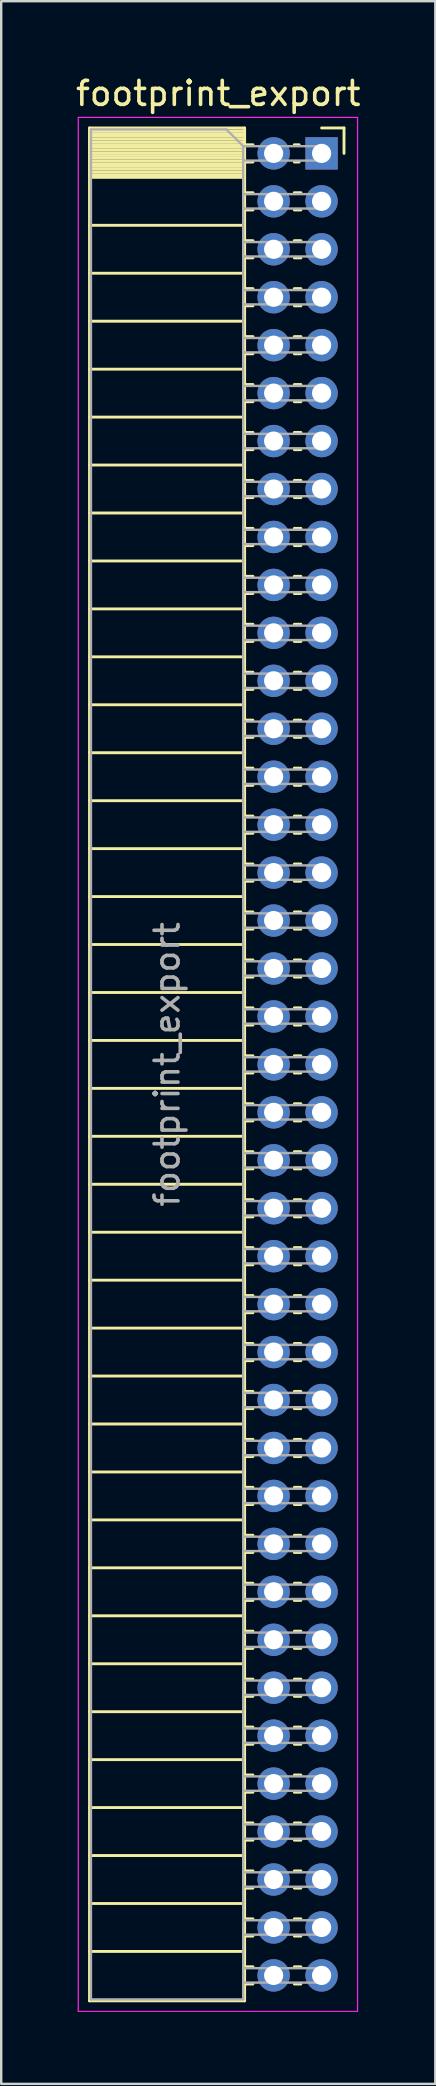
<source format=kicad_pcb>
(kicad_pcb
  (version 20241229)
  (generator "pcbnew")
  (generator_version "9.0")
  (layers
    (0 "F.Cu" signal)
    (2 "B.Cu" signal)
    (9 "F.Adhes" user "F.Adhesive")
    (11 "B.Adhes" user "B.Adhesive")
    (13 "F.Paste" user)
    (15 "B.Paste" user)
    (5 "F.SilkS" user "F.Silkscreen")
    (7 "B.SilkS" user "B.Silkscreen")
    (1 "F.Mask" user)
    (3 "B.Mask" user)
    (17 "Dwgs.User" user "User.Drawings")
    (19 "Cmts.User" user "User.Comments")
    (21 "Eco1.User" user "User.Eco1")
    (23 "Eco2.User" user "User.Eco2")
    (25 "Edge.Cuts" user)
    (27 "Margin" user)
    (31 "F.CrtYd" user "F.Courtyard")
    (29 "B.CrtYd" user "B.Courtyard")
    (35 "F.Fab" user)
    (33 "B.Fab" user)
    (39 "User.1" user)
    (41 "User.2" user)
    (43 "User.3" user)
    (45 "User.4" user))
  (footprint "footprint_export"
    (layer "F.Cu")
    (at 10.364 3.348)
    (property "Reference" "footprint_export" (at -4.31 -2.5 0) (layer "F.SilkS") (effects (font (size 1 1) (thickness 0.15))))
    (attr through_hole)
    (fp_line (start -9.68 -1.06) (end -9.68 77.06) (stroke (width 0.12) (type solid)) (layer "F.SilkS"))
    (fp_line (start -9.68 -1.06) (end -3.21 -1.06) (stroke (width 0.12) (type solid)) (layer "F.SilkS"))
    (fp_line (start -9.68 -0.94) (end -3.21 -0.94) (stroke (width 0.12) (type solid)) (layer "F.SilkS"))
    (fp_line (start -9.68 -0.826) (end -3.21 -0.826) (stroke (width 0.12) (type solid)) (layer "F.SilkS"))
    (fp_line (start -9.68 -0.712) (end -3.21 -0.712) (stroke (width 0.12) (type solid)) (layer "F.SilkS"))
    (fp_line (start -9.68 -0.598) (end -3.21 -0.598) (stroke (width 0.12) (type solid)) (layer "F.SilkS"))
    (fp_line (start -9.68 -0.484) (end -3.21 -0.484) (stroke (width 0.12) (type solid)) (layer "F.SilkS"))
    (fp_line (start -9.68 -0.369) (end -3.21 -0.369) (stroke (width 0.12) (type solid)) (layer "F.SilkS"))
    (fp_line (start -9.68 -0.255) (end -3.21 -0.255) (stroke (width 0.12) (type solid)) (layer "F.SilkS"))
    (fp_line (start -9.68 -0.141) (end -3.21 -0.141) (stroke (width 0.12) (type solid)) (layer "F.SilkS"))
    (fp_line (start -9.68 -0.027) (end -3.21 -0.027) (stroke (width 0.12) (type solid)) (layer "F.SilkS"))
    (fp_line (start -9.68 0.087) (end -3.21 0.087) (stroke (width 0.12) (type solid)) (layer "F.SilkS"))
    (fp_line (start -9.68 0.201) (end -3.21 0.201) (stroke (width 0.12) (type solid)) (layer "F.SilkS"))
    (fp_line (start -9.68 0.315) (end -3.21 0.315) (stroke (width 0.12) (type solid)) (layer "F.SilkS"))
    (fp_line (start -9.68 0.429) (end -3.21 0.429) (stroke (width 0.12) (type solid)) (layer "F.SilkS"))
    (fp_line (start -9.68 0.544) (end -3.21 0.544) (stroke (width 0.12) (type solid)) (layer "F.SilkS"))
    (fp_line (start -9.68 0.658) (end -3.21 0.658) (stroke (width 0.12) (type solid)) (layer "F.SilkS"))
    (fp_line (start -9.68 0.772) (end -3.21 0.772) (stroke (width 0.12) (type solid)) (layer "F.SilkS"))
    (fp_line (start -9.68 0.886) (end -3.21 0.886) (stroke (width 0.12) (type solid)) (layer "F.SilkS"))
    (fp_line (start -9.68 1) (end -3.21 1) (stroke (width 0.12) (type solid)) (layer "F.SilkS"))
    (fp_line (start -9.68 3) (end -3.21 3) (stroke (width 0.12) (type solid)) (layer "F.SilkS"))
    (fp_line (start -9.68 5) (end -3.21 5) (stroke (width 0.12) (type solid)) (layer "F.SilkS"))
    (fp_line (start -9.68 7) (end -3.21 7) (stroke (width 0.12) (type solid)) (layer "F.SilkS"))
    (fp_line (start -9.68 9) (end -3.21 9) (stroke (width 0.12) (type solid)) (layer "F.SilkS"))
    (fp_line (start -9.68 11) (end -3.21 11) (stroke (width 0.12) (type solid)) (layer "F.SilkS"))
    (fp_line (start -9.68 13) (end -3.21 13) (stroke (width 0.12) (type solid)) (layer "F.SilkS"))
    (fp_line (start -9.68 15) (end -3.21 15) (stroke (width 0.12) (type solid)) (layer "F.SilkS"))
    (fp_line (start -9.68 17) (end -3.21 17) (stroke (width 0.12) (type solid)) (layer "F.SilkS"))
    (fp_line (start -9.68 19) (end -3.21 19) (stroke (width 0.12) (type solid)) (layer "F.SilkS"))
    (fp_line (start -9.68 21) (end -3.21 21) (stroke (width 0.12) (type solid)) (layer "F.SilkS"))
    (fp_line (start -9.68 23) (end -3.21 23) (stroke (width 0.12) (type solid)) (layer "F.SilkS"))
    (fp_line (start -9.68 25) (end -3.21 25) (stroke (width 0.12) (type solid)) (layer "F.SilkS"))
    (fp_line (start -9.68 27) (end -3.21 27) (stroke (width 0.12) (type solid)) (layer "F.SilkS"))
    (fp_line (start -9.68 29) (end -3.21 29) (stroke (width 0.12) (type solid)) (layer "F.SilkS"))
    (fp_line (start -9.68 31) (end -3.21 31) (stroke (width 0.12) (type solid)) (layer "F.SilkS"))
    (fp_line (start -9.68 33) (end -3.21 33) (stroke (width 0.12) (type solid)) (layer "F.SilkS"))
    (fp_line (start -9.68 35) (end -3.21 35) (stroke (width 0.12) (type solid)) (layer "F.SilkS"))
    (fp_line (start -9.68 37) (end -3.21 37) (stroke (width 0.12) (type solid)) (layer "F.SilkS"))
    (fp_line (start -9.68 39) (end -3.21 39) (stroke (width 0.12) (type solid)) (layer "F.SilkS"))
    (fp_line (start -9.68 41) (end -3.21 41) (stroke (width 0.12) (type solid)) (layer "F.SilkS"))
    (fp_line (start -9.68 43) (end -3.21 43) (stroke (width 0.12) (type solid)) (layer "F.SilkS"))
    (fp_line (start -9.68 45) (end -3.21 45) (stroke (width 0.12) (type solid)) (layer "F.SilkS"))
    (fp_line (start -9.68 47) (end -3.21 47) (stroke (width 0.12) (type solid)) (layer "F.SilkS"))
    (fp_line (start -9.68 49) (end -3.21 49) (stroke (width 0.12) (type solid)) (layer "F.SilkS"))
    (fp_line (start -9.68 51) (end -3.21 51) (stroke (width 0.12) (type solid)) (layer "F.SilkS"))
    (fp_line (start -9.68 53) (end -3.21 53) (stroke (width 0.12) (type solid)) (layer "F.SilkS"))
    (fp_line (start -9.68 55) (end -3.21 55) (stroke (width 0.12) (type solid)) (layer "F.SilkS"))
    (fp_line (start -9.68 57) (end -3.21 57) (stroke (width 0.12) (type solid)) (layer "F.SilkS"))
    (fp_line (start -9.68 59) (end -3.21 59) (stroke (width 0.12) (type solid)) (layer "F.SilkS"))
    (fp_line (start -9.68 61) (end -3.21 61) (stroke (width 0.12) (type solid)) (layer "F.SilkS"))
    (fp_line (start -9.68 63) (end -3.21 63) (stroke (width 0.12) (type solid)) (layer "F.SilkS"))
    (fp_line (start -9.68 65) (end -3.21 65) (stroke (width 0.12) (type solid)) (layer "F.SilkS"))
    (fp_line (start -9.68 67) (end -3.21 67) (stroke (width 0.12) (type solid)) (layer "F.SilkS"))
    (fp_line (start -9.68 69) (end -3.21 69) (stroke (width 0.12) (type solid)) (layer "F.SilkS"))
    (fp_line (start -9.68 71) (end -3.21 71) (stroke (width 0.12) (type solid)) (layer "F.SilkS"))
    (fp_line (start -9.68 73) (end -3.21 73) (stroke (width 0.12) (type solid)) (layer "F.SilkS"))
    (fp_line (start -9.68 75) (end -3.21 75) (stroke (width 0.12) (type solid)) (layer "F.SilkS"))
    (fp_line (start -9.68 77.06) (end -3.21 77.06) (stroke (width 0.12) (type solid)) (layer "F.SilkS"))
    (fp_line (start -3.21 -1.06) (end -3.21 77.06) (stroke (width 0.12) (type solid)) (layer "F.SilkS"))
    (fp_line (start -3.21 -0.36) (end -2.863 -0.36) (stroke (width 0.12) (type solid)) (layer "F.SilkS"))
    (fp_line (start -3.21 0.36) (end -2.863 0.36) (stroke (width 0.12) (type solid)) (layer "F.SilkS"))
    (fp_line (start -3.21 1.64) (end -2.863 1.64) (stroke (width 0.12) (type solid)) (layer "F.SilkS"))
    (fp_line (start -3.21 2.36) (end -2.863 2.36) (stroke (width 0.12) (type solid)) (layer "F.SilkS"))
    (fp_line (start -3.21 3.64) (end -2.863 3.64) (stroke (width 0.12) (type solid)) (layer "F.SilkS"))
    (fp_line (start -3.21 4.36) (end -2.863 4.36) (stroke (width 0.12) (type solid)) (layer "F.SilkS"))
    (fp_line (start -3.21 5.64) (end -2.863 5.64) (stroke (width 0.12) (type solid)) (layer "F.SilkS"))
    (fp_line (start -3.21 6.36) (end -2.863 6.36) (stroke (width 0.12) (type solid)) (layer "F.SilkS"))
    (fp_line (start -3.21 7.64) (end -2.863 7.64) (stroke (width 0.12) (type solid)) (layer "F.SilkS"))
    (fp_line (start -3.21 8.36) (end -2.863 8.36) (stroke (width 0.12) (type solid)) (layer "F.SilkS"))
    (fp_line (start -3.21 9.64) (end -2.863 9.64) (stroke (width 0.12) (type solid)) (layer "F.SilkS"))
    (fp_line (start -3.21 10.36) (end -2.863 10.36) (stroke (width 0.12) (type solid)) (layer "F.SilkS"))
    (fp_line (start -3.21 11.64) (end -2.863 11.64) (stroke (width 0.12) (type solid)) (layer "F.SilkS"))
    (fp_line (start -3.21 12.36) (end -2.863 12.36) (stroke (width 0.12) (type solid)) (layer "F.SilkS"))
    (fp_line (start -3.21 13.64) (end -2.863 13.64) (stroke (width 0.12) (type solid)) (layer "F.SilkS"))
    (fp_line (start -3.21 14.36) (end -2.863 14.36) (stroke (width 0.12) (type solid)) (layer "F.SilkS"))
    (fp_line (start -3.21 15.64) (end -2.863 15.64) (stroke (width 0.12) (type solid)) (layer "F.SilkS"))
    (fp_line (start -3.21 16.36) (end -2.863 16.36) (stroke (width 0.12) (type solid)) (layer "F.SilkS"))
    (fp_line (start -3.21 17.64) (end -2.863 17.64) (stroke (width 0.12) (type solid)) (layer "F.SilkS"))
    (fp_line (start -3.21 18.36) (end -2.863 18.36) (stroke (width 0.12) (type solid)) (layer "F.SilkS"))
    (fp_line (start -3.21 19.64) (end -2.863 19.64) (stroke (width 0.12) (type solid)) (layer "F.SilkS"))
    (fp_line (start -3.21 20.36) (end -2.863 20.36) (stroke (width 0.12) (type solid)) (layer "F.SilkS"))
    (fp_line (start -3.21 21.64) (end -2.863 21.64) (stroke (width 0.12) (type solid)) (layer "F.SilkS"))
    (fp_line (start -3.21 22.36) (end -2.863 22.36) (stroke (width 0.12) (type solid)) (layer "F.SilkS"))
    (fp_line (start -3.21 23.64) (end -2.863 23.64) (stroke (width 0.12) (type solid)) (layer "F.SilkS"))
    (fp_line (start -3.21 24.36) (end -2.863 24.36) (stroke (width 0.12) (type solid)) (layer "F.SilkS"))
    (fp_line (start -3.21 25.64) (end -2.863 25.64) (stroke (width 0.12) (type solid)) (layer "F.SilkS"))
    (fp_line (start -3.21 26.36) (end -2.863 26.36) (stroke (width 0.12) (type solid)) (layer "F.SilkS"))
    (fp_line (start -3.21 27.64) (end -2.863 27.64) (stroke (width 0.12) (type solid)) (layer "F.SilkS"))
    (fp_line (start -3.21 28.36) (end -2.863 28.36) (stroke (width 0.12) (type solid)) (layer "F.SilkS"))
    (fp_line (start -3.21 29.64) (end -2.863 29.64) (stroke (width 0.12) (type solid)) (layer "F.SilkS"))
    (fp_line (start -3.21 30.36) (end -2.863 30.36) (stroke (width 0.12) (type solid)) (layer "F.SilkS"))
    (fp_line (start -3.21 31.64) (end -2.863 31.64) (stroke (width 0.12) (type solid)) (layer "F.SilkS"))
    (fp_line (start -3.21 32.36) (end -2.863 32.36) (stroke (width 0.12) (type solid)) (layer "F.SilkS"))
    (fp_line (start -3.21 33.64) (end -2.863 33.64) (stroke (width 0.12) (type solid)) (layer "F.SilkS"))
    (fp_line (start -3.21 34.36) (end -2.863 34.36) (stroke (width 0.12) (type solid)) (layer "F.SilkS"))
    (fp_line (start -3.21 35.64) (end -2.863 35.64) (stroke (width 0.12) (type solid)) (layer "F.SilkS"))
    (fp_line (start -3.21 36.36) (end -2.863 36.36) (stroke (width 0.12) (type solid)) (layer "F.SilkS"))
    (fp_line (start -3.21 37.64) (end -2.863 37.64) (stroke (width 0.12) (type solid)) (layer "F.SilkS"))
    (fp_line (start -3.21 38.36) (end -2.863 38.36) (stroke (width 0.12) (type solid)) (layer "F.SilkS"))
    (fp_line (start -3.21 39.64) (end -2.863 39.64) (stroke (width 0.12) (type solid)) (layer "F.SilkS"))
    (fp_line (start -3.21 40.36) (end -2.863 40.36) (stroke (width 0.12) (type solid)) (layer "F.SilkS"))
    (fp_line (start -3.21 41.64) (end -2.863 41.64) (stroke (width 0.12) (type solid)) (layer "F.SilkS"))
    (fp_line (start -3.21 42.36) (end -2.863 42.36) (stroke (width 0.12) (type solid)) (layer "F.SilkS"))
    (fp_line (start -3.21 43.64) (end -2.863 43.64) (stroke (width 0.12) (type solid)) (layer "F.SilkS"))
    (fp_line (start -3.21 44.36) (end -2.863 44.36) (stroke (width 0.12) (type solid)) (layer "F.SilkS"))
    (fp_line (start -3.21 45.64) (end -2.863 45.64) (stroke (width 0.12) (type solid)) (layer "F.SilkS"))
    (fp_line (start -3.21 46.36) (end -2.863 46.36) (stroke (width 0.12) (type solid)) (layer "F.SilkS"))
    (fp_line (start -3.21 47.64) (end -2.863 47.64) (stroke (width 0.12) (type solid)) (layer "F.SilkS"))
    (fp_line (start -3.21 48.36) (end -2.863 48.36) (stroke (width 0.12) (type solid)) (layer "F.SilkS"))
    (fp_line (start -3.21 49.64) (end -2.863 49.64) (stroke (width 0.12) (type solid)) (layer "F.SilkS"))
    (fp_line (start -3.21 50.36) (end -2.863 50.36) (stroke (width 0.12) (type solid)) (layer "F.SilkS"))
    (fp_line (start -3.21 51.64) (end -2.863 51.64) (stroke (width 0.12) (type solid)) (layer "F.SilkS"))
    (fp_line (start -3.21 52.36) (end -2.863 52.36) (stroke (width 0.12) (type solid)) (layer "F.SilkS"))
    (fp_line (start -3.21 53.64) (end -2.863 53.64) (stroke (width 0.12) (type solid)) (layer "F.SilkS"))
    (fp_line (start -3.21 54.36) (end -2.863 54.36) (stroke (width 0.12) (type solid)) (layer "F.SilkS"))
    (fp_line (start -3.21 55.64) (end -2.863 55.64) (stroke (width 0.12) (type solid)) (layer "F.SilkS"))
    (fp_line (start -3.21 56.36) (end -2.863 56.36) (stroke (width 0.12) (type solid)) (layer "F.SilkS"))
    (fp_line (start -3.21 57.64) (end -2.863 57.64) (stroke (width 0.12) (type solid)) (layer "F.SilkS"))
    (fp_line (start -3.21 58.36) (end -2.863 58.36) (stroke (width 0.12) (type solid)) (layer "F.SilkS"))
    (fp_line (start -3.21 59.64) (end -2.863 59.64) (stroke (width 0.12) (type solid)) (layer "F.SilkS"))
    (fp_line (start -3.21 60.36) (end -2.863 60.36) (stroke (width 0.12) (type solid)) (layer "F.SilkS"))
    (fp_line (start -3.21 61.64) (end -2.863 61.64) (stroke (width 0.12) (type solid)) (layer "F.SilkS"))
    (fp_line (start -3.21 62.36) (end -2.863 62.36) (stroke (width 0.12) (type solid)) (layer "F.SilkS"))
    (fp_line (start -3.21 63.64) (end -2.863 63.64) (stroke (width 0.12) (type solid)) (layer "F.SilkS"))
    (fp_line (start -3.21 64.36) (end -2.863 64.36) (stroke (width 0.12) (type solid)) (layer "F.SilkS"))
    (fp_line (start -3.21 65.64) (end -2.863 65.64) (stroke (width 0.12) (type solid)) (layer "F.SilkS"))
    (fp_line (start -3.21 66.36) (end -2.863 66.36) (stroke (width 0.12) (type solid)) (layer "F.SilkS"))
    (fp_line (start -3.21 67.64) (end -2.863 67.64) (stroke (width 0.12) (type solid)) (layer "F.SilkS"))
    (fp_line (start -3.21 68.36) (end -2.863 68.36) (stroke (width 0.12) (type solid)) (layer "F.SilkS"))
    (fp_line (start -3.21 69.64) (end -2.863 69.64) (stroke (width 0.12) (type solid)) (layer "F.SilkS"))
    (fp_line (start -3.21 70.36) (end -2.863 70.36) (stroke (width 0.12) (type solid)) (layer "F.SilkS"))
    (fp_line (start -3.21 71.64) (end -2.863 71.64) (stroke (width 0.12) (type solid)) (layer "F.SilkS"))
    (fp_line (start -3.21 72.36) (end -2.863 72.36) (stroke (width 0.12) (type solid)) (layer "F.SilkS"))
    (fp_line (start -3.21 73.64) (end -2.863 73.64) (stroke (width 0.12) (type solid)) (layer "F.SilkS"))
    (fp_line (start -3.21 74.36) (end -2.863 74.36) (stroke (width 0.12) (type solid)) (layer "F.SilkS"))
    (fp_line (start -3.21 75.64) (end -2.863 75.64) (stroke (width 0.12) (type solid)) (layer "F.SilkS"))
    (fp_line (start -3.21 76.36) (end -2.863 76.36) (stroke (width 0.12) (type solid)) (layer "F.SilkS"))
    (fp_line (start -1.137 -0.36) (end -0.935 -0.36) (stroke (width 0.12) (type solid)) (layer "F.SilkS"))
    (fp_line (start -1.137 0.36) (end -0.935 0.36) (stroke (width 0.12) (type solid)) (layer "F.SilkS"))
    (fp_line (start -1.137 1.64) (end -0.863 1.64) (stroke (width 0.12) (type solid)) (layer "F.SilkS"))
    (fp_line (start -1.137 2.36) (end -0.863 2.36) (stroke (width 0.12) (type solid)) (layer "F.SilkS"))
    (fp_line (start -1.137 3.64) (end -0.863 3.64) (stroke (width 0.12) (type solid)) (layer "F.SilkS"))
    (fp_line (start -1.137 4.36) (end -0.863 4.36) (stroke (width 0.12) (type solid)) (layer "F.SilkS"))
    (fp_line (start -1.137 5.64) (end -0.863 5.64) (stroke (width 0.12) (type solid)) (layer "F.SilkS"))
    (fp_line (start -1.137 6.36) (end -0.863 6.36) (stroke (width 0.12) (type solid)) (layer "F.SilkS"))
    (fp_line (start -1.137 7.64) (end -0.863 7.64) (stroke (width 0.12) (type solid)) (layer "F.SilkS"))
    (fp_line (start -1.137 8.36) (end -0.863 8.36) (stroke (width 0.12) (type solid)) (layer "F.SilkS"))
    (fp_line (start -1.137 9.64) (end -0.863 9.64) (stroke (width 0.12) (type solid)) (layer "F.SilkS"))
    (fp_line (start -1.137 10.36) (end -0.863 10.36) (stroke (width 0.12) (type solid)) (layer "F.SilkS"))
    (fp_line (start -1.137 11.64) (end -0.863 11.64) (stroke (width 0.12) (type solid)) (layer "F.SilkS"))
    (fp_line (start -1.137 12.36) (end -0.863 12.36) (stroke (width 0.12) (type solid)) (layer "F.SilkS"))
    (fp_line (start -1.137 13.64) (end -0.863 13.64) (stroke (width 0.12) (type solid)) (layer "F.SilkS"))
    (fp_line (start -1.137 14.36) (end -0.863 14.36) (stroke (width 0.12) (type solid)) (layer "F.SilkS"))
    (fp_line (start -1.137 15.64) (end -0.863 15.64) (stroke (width 0.12) (type solid)) (layer "F.SilkS"))
    (fp_line (start -1.137 16.36) (end -0.863 16.36) (stroke (width 0.12) (type solid)) (layer "F.SilkS"))
    (fp_line (start -1.137 17.64) (end -0.863 17.64) (stroke (width 0.12) (type solid)) (layer "F.SilkS"))
    (fp_line (start -1.137 18.36) (end -0.863 18.36) (stroke (width 0.12) (type solid)) (layer "F.SilkS"))
    (fp_line (start -1.137 19.64) (end -0.863 19.64) (stroke (width 0.12) (type solid)) (layer "F.SilkS"))
    (fp_line (start -1.137 20.36) (end -0.863 20.36) (stroke (width 0.12) (type solid)) (layer "F.SilkS"))
    (fp_line (start -1.137 21.64) (end -0.863 21.64) (stroke (width 0.12) (type solid)) (layer "F.SilkS"))
    (fp_line (start -1.137 22.36) (end -0.863 22.36) (stroke (width 0.12) (type solid)) (layer "F.SilkS"))
    (fp_line (start -1.137 23.64) (end -0.863 23.64) (stroke (width 0.12) (type solid)) (layer "F.SilkS"))
    (fp_line (start -1.137 24.36) (end -0.863 24.36) (stroke (width 0.12) (type solid)) (layer "F.SilkS"))
    (fp_line (start -1.137 25.64) (end -0.863 25.64) (stroke (width 0.12) (type solid)) (layer "F.SilkS"))
    (fp_line (start -1.137 26.36) (end -0.863 26.36) (stroke (width 0.12) (type solid)) (layer "F.SilkS"))
    (fp_line (start -1.137 27.64) (end -0.863 27.64) (stroke (width 0.12) (type solid)) (layer "F.SilkS"))
    (fp_line (start -1.137 28.36) (end -0.863 28.36) (stroke (width 0.12) (type solid)) (layer "F.SilkS"))
    (fp_line (start -1.137 29.64) (end -0.863 29.64) (stroke (width 0.12) (type solid)) (layer "F.SilkS"))
    (fp_line (start -1.137 30.36) (end -0.863 30.36) (stroke (width 0.12) (type solid)) (layer "F.SilkS"))
    (fp_line (start -1.137 31.64) (end -0.863 31.64) (stroke (width 0.12) (type solid)) (layer "F.SilkS"))
    (fp_line (start -1.137 32.36) (end -0.863 32.36) (stroke (width 0.12) (type solid)) (layer "F.SilkS"))
    (fp_line (start -1.137 33.64) (end -0.863 33.64) (stroke (width 0.12) (type solid)) (layer "F.SilkS"))
    (fp_line (start -1.137 34.36) (end -0.863 34.36) (stroke (width 0.12) (type solid)) (layer "F.SilkS"))
    (fp_line (start -1.137 35.64) (end -0.863 35.64) (stroke (width 0.12) (type solid)) (layer "F.SilkS"))
    (fp_line (start -1.137 36.36) (end -0.863 36.36) (stroke (width 0.12) (type solid)) (layer "F.SilkS"))
    (fp_line (start -1.137 37.64) (end -0.863 37.64) (stroke (width 0.12) (type solid)) (layer "F.SilkS"))
    (fp_line (start -1.137 38.36) (end -0.863 38.36) (stroke (width 0.12) (type solid)) (layer "F.SilkS"))
    (fp_line (start -1.137 39.64) (end -0.863 39.64) (stroke (width 0.12) (type solid)) (layer "F.SilkS"))
    (fp_line (start -1.137 40.36) (end -0.863 40.36) (stroke (width 0.12) (type solid)) (layer "F.SilkS"))
    (fp_line (start -1.137 41.64) (end -0.863 41.64) (stroke (width 0.12) (type solid)) (layer "F.SilkS"))
    (fp_line (start -1.137 42.36) (end -0.863 42.36) (stroke (width 0.12) (type solid)) (layer "F.SilkS"))
    (fp_line (start -1.137 43.64) (end -0.863 43.64) (stroke (width 0.12) (type solid)) (layer "F.SilkS"))
    (fp_line (start -1.137 44.36) (end -0.863 44.36) (stroke (width 0.12) (type solid)) (layer "F.SilkS"))
    (fp_line (start -1.137 45.64) (end -0.863 45.64) (stroke (width 0.12) (type solid)) (layer "F.SilkS"))
    (fp_line (start -1.137 46.36) (end -0.863 46.36) (stroke (width 0.12) (type solid)) (layer "F.SilkS"))
    (fp_line (start -1.137 47.64) (end -0.863 47.64) (stroke (width 0.12) (type solid)) (layer "F.SilkS"))
    (fp_line (start -1.137 48.36) (end -0.863 48.36) (stroke (width 0.12) (type solid)) (layer "F.SilkS"))
    (fp_line (start -1.137 49.64) (end -0.863 49.64) (stroke (width 0.12) (type solid)) (layer "F.SilkS"))
    (fp_line (start -1.137 50.36) (end -0.863 50.36) (stroke (width 0.12) (type solid)) (layer "F.SilkS"))
    (fp_line (start -1.137 51.64) (end -0.863 51.64) (stroke (width 0.12) (type solid)) (layer "F.SilkS"))
    (fp_line (start -1.137 52.36) (end -0.863 52.36) (stroke (width 0.12) (type solid)) (layer "F.SilkS"))
    (fp_line (start -1.137 53.64) (end -0.863 53.64) (stroke (width 0.12) (type solid)) (layer "F.SilkS"))
    (fp_line (start -1.137 54.36) (end -0.863 54.36) (stroke (width 0.12) (type solid)) (layer "F.SilkS"))
    (fp_line (start -1.137 55.64) (end -0.863 55.64) (stroke (width 0.12) (type solid)) (layer "F.SilkS"))
    (fp_line (start -1.137 56.36) (end -0.863 56.36) (stroke (width 0.12) (type solid)) (layer "F.SilkS"))
    (fp_line (start -1.137 57.64) (end -0.863 57.64) (stroke (width 0.12) (type solid)) (layer "F.SilkS"))
    (fp_line (start -1.137 58.36) (end -0.863 58.36) (stroke (width 0.12) (type solid)) (layer "F.SilkS"))
    (fp_line (start -1.137 59.64) (end -0.863 59.64) (stroke (width 0.12) (type solid)) (layer "F.SilkS"))
    (fp_line (start -1.137 60.36) (end -0.863 60.36) (stroke (width 0.12) (type solid)) (layer "F.SilkS"))
    (fp_line (start -1.137 61.64) (end -0.863 61.64) (stroke (width 0.12) (type solid)) (layer "F.SilkS"))
    (fp_line (start -1.137 62.36) (end -0.863 62.36) (stroke (width 0.12) (type solid)) (layer "F.SilkS"))
    (fp_line (start -1.137 63.64) (end -0.863 63.64) (stroke (width 0.12) (type solid)) (layer "F.SilkS"))
    (fp_line (start -1.137 64.36) (end -0.863 64.36) (stroke (width 0.12) (type solid)) (layer "F.SilkS"))
    (fp_line (start -1.137 65.64) (end -0.863 65.64) (stroke (width 0.12) (type solid)) (layer "F.SilkS"))
    (fp_line (start -1.137 66.36) (end -0.863 66.36) (stroke (width 0.12) (type solid)) (layer "F.SilkS"))
    (fp_line (start -1.137 67.64) (end -0.863 67.64) (stroke (width 0.12) (type solid)) (layer "F.SilkS"))
    (fp_line (start -1.137 68.36) (end -0.863 68.36) (stroke (width 0.12) (type solid)) (layer "F.SilkS"))
    (fp_line (start -1.137 69.64) (end -0.863 69.64) (stroke (width 0.12) (type solid)) (layer "F.SilkS"))
    (fp_line (start -1.137 70.36) (end -0.863 70.36) (stroke (width 0.12) (type solid)) (layer "F.SilkS"))
    (fp_line (start -1.137 71.64) (end -0.863 71.64) (stroke (width 0.12) (type solid)) (layer "F.SilkS"))
    (fp_line (start -1.137 72.36) (end -0.863 72.36) (stroke (width 0.12) (type solid)) (layer "F.SilkS"))
    (fp_line (start -1.137 73.64) (end -0.863 73.64) (stroke (width 0.12) (type solid)) (layer "F.SilkS"))
    (fp_line (start -1.137 74.36) (end -0.863 74.36) (stroke (width 0.12) (type solid)) (layer "F.SilkS"))
    (fp_line (start -1.137 75.64) (end -0.863 75.64) (stroke (width 0.12) (type solid)) (layer "F.SilkS"))
    (fp_line (start -1.137 76.36) (end -0.863 76.36) (stroke (width 0.12) (type solid)) (layer "F.SilkS"))
    (fp_line (start 0 -1.06) (end 0.935 -1.06) (stroke (width 0.12) (type solid)) (layer "F.SilkS"))
    (fp_line (start 0.935 -1.06) (end 0.935 0) (stroke (width 0.12) (type solid)) (layer "F.SilkS"))
    (fp_line (start -10.15 -1.5) (end -10.15 77.5) (stroke (width 0.05) (type solid)) (layer "F.CrtYd"))
    (fp_line (start -10.15 77.5) (end 1.5 77.5) (stroke (width 0.05) (type solid)) (layer "F.CrtYd"))
    (fp_line (start 1.5 -1.5) (end -10.15 -1.5) (stroke (width 0.05) (type solid)) (layer "F.CrtYd"))
    (fp_line (start 1.5 77.5) (end 1.5 -1.5) (stroke (width 0.05) (type solid)) (layer "F.CrtYd"))
    (fp_line (start -9.62 -1) (end -3.97 -1) (stroke (width 0.1) (type solid)) (layer "F.Fab"))
    (fp_line (start -9.62 77) (end -9.62 -1) (stroke (width 0.1) (type solid)) (layer "F.Fab"))
    (fp_line (start -3.97 -1) (end -3.27 -0.3) (stroke (width 0.1) (type solid)) (layer "F.Fab"))
    (fp_line (start -3.27 -0.3) (end -3.27 77) (stroke (width 0.1) (type solid)) (layer "F.Fab"))
    (fp_line (start -3.27 0.3) (end 0 0.3) (stroke (width 0.1) (type solid)) (layer "F.Fab"))
    (fp_line (start -3.27 2.3) (end 0 2.3) (stroke (width 0.1) (type solid)) (layer "F.Fab"))
    (fp_line (start -3.27 4.3) (end 0 4.3) (stroke (width 0.1) (type solid)) (layer "F.Fab"))
    (fp_line (start -3.27 6.3) (end 0 6.3) (stroke (width 0.1) (type solid)) (layer "F.Fab"))
    (fp_line (start -3.27 8.3) (end 0 8.3) (stroke (width 0.1) (type solid)) (layer "F.Fab"))
    (fp_line (start -3.27 10.3) (end 0 10.3) (stroke (width 0.1) (type solid)) (layer "F.Fab"))
    (fp_line (start -3.27 12.3) (end 0 12.3) (stroke (width 0.1) (type solid)) (layer "F.Fab"))
    (fp_line (start -3.27 14.3) (end 0 14.3) (stroke (width 0.1) (type solid)) (layer "F.Fab"))
    (fp_line (start -3.27 16.3) (end 0 16.3) (stroke (width 0.1) (type solid)) (layer "F.Fab"))
    (fp_line (start -3.27 18.3) (end 0 18.3) (stroke (width 0.1) (type solid)) (layer "F.Fab"))
    (fp_line (start -3.27 20.3) (end 0 20.3) (stroke (width 0.1) (type solid)) (layer "F.Fab"))
    (fp_line (start -3.27 22.3) (end 0 22.3) (stroke (width 0.1) (type solid)) (layer "F.Fab"))
    (fp_line (start -3.27 24.3) (end 0 24.3) (stroke (width 0.1) (type solid)) (layer "F.Fab"))
    (fp_line (start -3.27 26.3) (end 0 26.3) (stroke (width 0.1) (type solid)) (layer "F.Fab"))
    (fp_line (start -3.27 28.3) (end 0 28.3) (stroke (width 0.1) (type solid)) (layer "F.Fab"))
    (fp_line (start -3.27 30.3) (end 0 30.3) (stroke (width 0.1) (type solid)) (layer "F.Fab"))
    (fp_line (start -3.27 32.3) (end 0 32.3) (stroke (width 0.1) (type solid)) (layer "F.Fab"))
    (fp_line (start -3.27 34.3) (end 0 34.3) (stroke (width 0.1) (type solid)) (layer "F.Fab"))
    (fp_line (start -3.27 36.3) (end 0 36.3) (stroke (width 0.1) (type solid)) (layer "F.Fab"))
    (fp_line (start -3.27 38.3) (end 0 38.3) (stroke (width 0.1) (type solid)) (layer "F.Fab"))
    (fp_line (start -3.27 40.3) (end 0 40.3) (stroke (width 0.1) (type solid)) (layer "F.Fab"))
    (fp_line (start -3.27 42.3) (end 0 42.3) (stroke (width 0.1) (type solid)) (layer "F.Fab"))
    (fp_line (start -3.27 44.3) (end 0 44.3) (stroke (width 0.1) (type solid)) (layer "F.Fab"))
    (fp_line (start -3.27 46.3) (end 0 46.3) (stroke (width 0.1) (type solid)) (layer "F.Fab"))
    (fp_line (start -3.27 48.3) (end 0 48.3) (stroke (width 0.1) (type solid)) (layer "F.Fab"))
    (fp_line (start -3.27 50.3) (end 0 50.3) (stroke (width 0.1) (type solid)) (layer "F.Fab"))
    (fp_line (start -3.27 52.3) (end 0 52.3) (stroke (width 0.1) (type solid)) (layer "F.Fab"))
    (fp_line (start -3.27 54.3) (end 0 54.3) (stroke (width 0.1) (type solid)) (layer "F.Fab"))
    (fp_line (start -3.27 56.3) (end 0 56.3) (stroke (width 0.1) (type solid)) (layer "F.Fab"))
    (fp_line (start -3.27 58.3) (end 0 58.3) (stroke (width 0.1) (type solid)) (layer "F.Fab"))
    (fp_line (start -3.27 60.3) (end 0 60.3) (stroke (width 0.1) (type solid)) (layer "F.Fab"))
    (fp_line (start -3.27 62.3) (end 0 62.3) (stroke (width 0.1) (type solid)) (layer "F.Fab"))
    (fp_line (start -3.27 64.3) (end 0 64.3) (stroke (width 0.1) (type solid)) (layer "F.Fab"))
    (fp_line (start -3.27 66.3) (end 0 66.3) (stroke (width 0.1) (type solid)) (layer "F.Fab"))
    (fp_line (start -3.27 68.3) (end 0 68.3) (stroke (width 0.1) (type solid)) (layer "F.Fab"))
    (fp_line (start -3.27 70.3) (end 0 70.3) (stroke (width 0.1) (type solid)) (layer "F.Fab"))
    (fp_line (start -3.27 72.3) (end 0 72.3) (stroke (width 0.1) (type solid)) (layer "F.Fab"))
    (fp_line (start -3.27 74.3) (end 0 74.3) (stroke (width 0.1) (type solid)) (layer "F.Fab"))
    (fp_line (start -3.27 76.3) (end 0 76.3) (stroke (width 0.1) (type solid)) (layer "F.Fab"))
    (fp_line (start -3.27 77) (end -9.62 77) (stroke (width 0.1) (type solid)) (layer "F.Fab"))
    (fp_line (start 0 -0.3) (end -3.27 -0.3) (stroke (width 0.1) (type solid)) (layer "F.Fab"))
    (fp_line (start 0 0.3) (end 0 -0.3) (stroke (width 0.1) (type solid)) (layer "F.Fab"))
    (fp_line (start 0 1.7) (end -3.27 1.7) (stroke (width 0.1) (type solid)) (layer "F.Fab"))
    (fp_line (start 0 2.3) (end 0 1.7) (stroke (width 0.1) (type solid)) (layer "F.Fab"))
    (fp_line (start 0 3.7) (end -3.27 3.7) (stroke (width 0.1) (type solid)) (layer "F.Fab"))
    (fp_line (start 0 4.3) (end 0 3.7) (stroke (width 0.1) (type solid)) (layer "F.Fab"))
    (fp_line (start 0 5.7) (end -3.27 5.7) (stroke (width 0.1) (type solid)) (layer "F.Fab"))
    (fp_line (start 0 6.3) (end 0 5.7) (stroke (width 0.1) (type solid)) (layer "F.Fab"))
    (fp_line (start 0 7.7) (end -3.27 7.7) (stroke (width 0.1) (type solid)) (layer "F.Fab"))
    (fp_line (start 0 8.3) (end 0 7.7) (stroke (width 0.1) (type solid)) (layer "F.Fab"))
    (fp_line (start 0 9.7) (end -3.27 9.7) (stroke (width 0.1) (type solid)) (layer "F.Fab"))
    (fp_line (start 0 10.3) (end 0 9.7) (stroke (width 0.1) (type solid)) (layer "F.Fab"))
    (fp_line (start 0 11.7) (end -3.27 11.7) (stroke (width 0.1) (type solid)) (layer "F.Fab"))
    (fp_line (start 0 12.3) (end 0 11.7) (stroke (width 0.1) (type solid)) (layer "F.Fab"))
    (fp_line (start 0 13.7) (end -3.27 13.7) (stroke (width 0.1) (type solid)) (layer "F.Fab"))
    (fp_line (start 0 14.3) (end 0 13.7) (stroke (width 0.1) (type solid)) (layer "F.Fab"))
    (fp_line (start 0 15.7) (end -3.27 15.7) (stroke (width 0.1) (type solid)) (layer "F.Fab"))
    (fp_line (start 0 16.3) (end 0 15.7) (stroke (width 0.1) (type solid)) (layer "F.Fab"))
    (fp_line (start 0 17.7) (end -3.27 17.7) (stroke (width 0.1) (type solid)) (layer "F.Fab"))
    (fp_line (start 0 18.3) (end 0 17.7) (stroke (width 0.1) (type solid)) (layer "F.Fab"))
    (fp_line (start 0 19.7) (end -3.27 19.7) (stroke (width 0.1) (type solid)) (layer "F.Fab"))
    (fp_line (start 0 20.3) (end 0 19.7) (stroke (width 0.1) (type solid)) (layer "F.Fab"))
    (fp_line (start 0 21.7) (end -3.27 21.7) (stroke (width 0.1) (type solid)) (layer "F.Fab"))
    (fp_line (start 0 22.3) (end 0 21.7) (stroke (width 0.1) (type solid)) (layer "F.Fab"))
    (fp_line (start 0 23.7) (end -3.27 23.7) (stroke (width 0.1) (type solid)) (layer "F.Fab"))
    (fp_line (start 0 24.3) (end 0 23.7) (stroke (width 0.1) (type solid)) (layer "F.Fab"))
    (fp_line (start 0 25.7) (end -3.27 25.7) (stroke (width 0.1) (type solid)) (layer "F.Fab"))
    (fp_line (start 0 26.3) (end 0 25.7) (stroke (width 0.1) (type solid)) (layer "F.Fab"))
    (fp_line (start 0 27.7) (end -3.27 27.7) (stroke (width 0.1) (type solid)) (layer "F.Fab"))
    (fp_line (start 0 28.3) (end 0 27.7) (stroke (width 0.1) (type solid)) (layer "F.Fab"))
    (fp_line (start 0 29.7) (end -3.27 29.7) (stroke (width 0.1) (type solid)) (layer "F.Fab"))
    (fp_line (start 0 30.3) (end 0 29.7) (stroke (width 0.1) (type solid)) (layer "F.Fab"))
    (fp_line (start 0 31.7) (end -3.27 31.7) (stroke (width 0.1) (type solid)) (layer "F.Fab"))
    (fp_line (start 0 32.3) (end 0 31.7) (stroke (width 0.1) (type solid)) (layer "F.Fab"))
    (fp_line (start 0 33.7) (end -3.27 33.7) (stroke (width 0.1) (type solid)) (layer "F.Fab"))
    (fp_line (start 0 34.3) (end 0 33.7) (stroke (width 0.1) (type solid)) (layer "F.Fab"))
    (fp_line (start 0 35.7) (end -3.27 35.7) (stroke (width 0.1) (type solid)) (layer "F.Fab"))
    (fp_line (start 0 36.3) (end 0 35.7) (stroke (width 0.1) (type solid)) (layer "F.Fab"))
    (fp_line (start 0 37.7) (end -3.27 37.7) (stroke (width 0.1) (type solid)) (layer "F.Fab"))
    (fp_line (start 0 38.3) (end 0 37.7) (stroke (width 0.1) (type solid)) (layer "F.Fab"))
    (fp_line (start 0 39.7) (end -3.27 39.7) (stroke (width 0.1) (type solid)) (layer "F.Fab"))
    (fp_line (start 0 40.3) (end 0 39.7) (stroke (width 0.1) (type solid)) (layer "F.Fab"))
    (fp_line (start 0 41.7) (end -3.27 41.7) (stroke (width 0.1) (type solid)) (layer "F.Fab"))
    (fp_line (start 0 42.3) (end 0 41.7) (stroke (width 0.1) (type solid)) (layer "F.Fab"))
    (fp_line (start 0 43.7) (end -3.27 43.7) (stroke (width 0.1) (type solid)) (layer "F.Fab"))
    (fp_line (start 0 44.3) (end 0 43.7) (stroke (width 0.1) (type solid)) (layer "F.Fab"))
    (fp_line (start 0 45.7) (end -3.27 45.7) (stroke (width 0.1) (type solid)) (layer "F.Fab"))
    (fp_line (start 0 46.3) (end 0 45.7) (stroke (width 0.1) (type solid)) (layer "F.Fab"))
    (fp_line (start 0 47.7) (end -3.27 47.7) (stroke (width 0.1) (type solid)) (layer "F.Fab"))
    (fp_line (start 0 48.3) (end 0 47.7) (stroke (width 0.1) (type solid)) (layer "F.Fab"))
    (fp_line (start 0 49.7) (end -3.27 49.7) (stroke (width 0.1) (type solid)) (layer "F.Fab"))
    (fp_line (start 0 50.3) (end 0 49.7) (stroke (width 0.1) (type solid)) (layer "F.Fab"))
    (fp_line (start 0 51.7) (end -3.27 51.7) (stroke (width 0.1) (type solid)) (layer "F.Fab"))
    (fp_line (start 0 52.3) (end 0 51.7) (stroke (width 0.1) (type solid)) (layer "F.Fab"))
    (fp_line (start 0 53.7) (end -3.27 53.7) (stroke (width 0.1) (type solid)) (layer "F.Fab"))
    (fp_line (start 0 54.3) (end 0 53.7) (stroke (width 0.1) (type solid)) (layer "F.Fab"))
    (fp_line (start 0 55.7) (end -3.27 55.7) (stroke (width 0.1) (type solid)) (layer "F.Fab"))
    (fp_line (start 0 56.3) (end 0 55.7) (stroke (width 0.1) (type solid)) (layer "F.Fab"))
    (fp_line (start 0 57.7) (end -3.27 57.7) (stroke (width 0.1) (type solid)) (layer "F.Fab"))
    (fp_line (start 0 58.3) (end 0 57.7) (stroke (width 0.1) (type solid)) (layer "F.Fab"))
    (fp_line (start 0 59.7) (end -3.27 59.7) (stroke (width 0.1) (type solid)) (layer "F.Fab"))
    (fp_line (start 0 60.3) (end 0 59.7) (stroke (width 0.1) (type solid)) (layer "F.Fab"))
    (fp_line (start 0 61.7) (end -3.27 61.7) (stroke (width 0.1) (type solid)) (layer "F.Fab"))
    (fp_line (start 0 62.3) (end 0 61.7) (stroke (width 0.1) (type solid)) (layer "F.Fab"))
    (fp_line (start 0 63.7) (end -3.27 63.7) (stroke (width 0.1) (type solid)) (layer "F.Fab"))
    (fp_line (start 0 64.3) (end 0 63.7) (stroke (width 0.1) (type solid)) (layer "F.Fab"))
    (fp_line (start 0 65.7) (end -3.27 65.7) (stroke (width 0.1) (type solid)) (layer "F.Fab"))
    (fp_line (start 0 66.3) (end 0 65.7) (stroke (width 0.1) (type solid)) (layer "F.Fab"))
    (fp_line (start 0 67.7) (end -3.27 67.7) (stroke (width 0.1) (type solid)) (layer "F.Fab"))
    (fp_line (start 0 68.3) (end 0 67.7) (stroke (width 0.1) (type solid)) (layer "F.Fab"))
    (fp_line (start 0 69.7) (end -3.27 69.7) (stroke (width 0.1) (type solid)) (layer "F.Fab"))
    (fp_line (start 0 70.3) (end 0 69.7) (stroke (width 0.1) (type solid)) (layer "F.Fab"))
    (fp_line (start 0 71.7) (end -3.27 71.7) (stroke (width 0.1) (type solid)) (layer "F.Fab"))
    (fp_line (start 0 72.3) (end 0 71.7) (stroke (width 0.1) (type solid)) (layer "F.Fab"))
    (fp_line (start 0 73.7) (end -3.27 73.7) (stroke (width 0.1) (type solid)) (layer "F.Fab"))
    (fp_line (start 0 74.3) (end 0 73.7) (stroke (width 0.1) (type solid)) (layer "F.Fab"))
    (fp_line (start 0 75.7) (end -3.27 75.7) (stroke (width 0.1) (type solid)) (layer "F.Fab"))
    (fp_line (start 0 76.3) (end 0 75.7) (stroke (width 0.1) (type solid)) (layer "F.Fab"))
    (fp_text user "${REFERENCE}" (at -6.445 38 90) (layer "F.Fab") (effects (font (size 1 1) (thickness 0.15))))
    (pad "1" thru_hole rect (at 0 0) (size 1.35 1.35) (drill 0.8) (layers "*.Cu" "*.Mask"))
    (pad "2" thru_hole oval (at -2 0) (size 1.35 1.35) (drill 0.8) (layers "*.Cu" "*.Mask"))
    (pad "3" thru_hole oval (at 0 2) (size 1.35 1.35) (drill 0.8) (layers "*.Cu" "*.Mask"))
    (pad "4" thru_hole oval (at -2 2) (size 1.35 1.35) (drill 0.8) (layers "*.Cu" "*.Mask"))
    (pad "5" thru_hole oval (at 0 4) (size 1.35 1.35) (drill 0.8) (layers "*.Cu" "*.Mask"))
    (pad "6" thru_hole oval (at -2 4) (size 1.35 1.35) (drill 0.8) (layers "*.Cu" "*.Mask"))
    (pad "7" thru_hole oval (at 0 6) (size 1.35 1.35) (drill 0.8) (layers "*.Cu" "*.Mask"))
    (pad "8" thru_hole oval (at -2 6) (size 1.35 1.35) (drill 0.8) (layers "*.Cu" "*.Mask"))
    (pad "9" thru_hole oval (at 0 8) (size 1.35 1.35) (drill 0.8) (layers "*.Cu" "*.Mask"))
    (pad "10" thru_hole oval (at -2 8) (size 1.35 1.35) (drill 0.8) (layers "*.Cu" "*.Mask"))
    (pad "11" thru_hole oval (at 0 10) (size 1.35 1.35) (drill 0.8) (layers "*.Cu" "*.Mask"))
    (pad "12" thru_hole oval (at -2 10) (size 1.35 1.35) (drill 0.8) (layers "*.Cu" "*.Mask"))
    (pad "13" thru_hole oval (at 0 12) (size 1.35 1.35) (drill 0.8) (layers "*.Cu" "*.Mask"))
    (pad "14" thru_hole oval (at -2 12) (size 1.35 1.35) (drill 0.8) (layers "*.Cu" "*.Mask"))
    (pad "15" thru_hole oval (at 0 14) (size 1.35 1.35) (drill 0.8) (layers "*.Cu" "*.Mask"))
    (pad "16" thru_hole oval (at -2 14) (size 1.35 1.35) (drill 0.8) (layers "*.Cu" "*.Mask"))
    (pad "17" thru_hole oval (at 0 16) (size 1.35 1.35) (drill 0.8) (layers "*.Cu" "*.Mask"))
    (pad "18" thru_hole oval (at -2 16) (size 1.35 1.35) (drill 0.8) (layers "*.Cu" "*.Mask"))
    (pad "19" thru_hole oval (at 0 18) (size 1.35 1.35) (drill 0.8) (layers "*.Cu" "*.Mask"))
    (pad "20" thru_hole oval (at -2 18) (size 1.35 1.35) (drill 0.8) (layers "*.Cu" "*.Mask"))
    (pad "21" thru_hole oval (at 0 20) (size 1.35 1.35) (drill 0.8) (layers "*.Cu" "*.Mask"))
    (pad "22" thru_hole oval (at -2 20) (size 1.35 1.35) (drill 0.8) (layers "*.Cu" "*.Mask"))
    (pad "23" thru_hole oval (at 0 22) (size 1.35 1.35) (drill 0.8) (layers "*.Cu" "*.Mask"))
    (pad "24" thru_hole oval (at -2 22) (size 1.35 1.35) (drill 0.8) (layers "*.Cu" "*.Mask"))
    (pad "25" thru_hole oval (at 0 24) (size 1.35 1.35) (drill 0.8) (layers "*.Cu" "*.Mask"))
    (pad "26" thru_hole oval (at -2 24) (size 1.35 1.35) (drill 0.8) (layers "*.Cu" "*.Mask"))
    (pad "27" thru_hole oval (at 0 26) (size 1.35 1.35) (drill 0.8) (layers "*.Cu" "*.Mask"))
    (pad "28" thru_hole oval (at -2 26) (size 1.35 1.35) (drill 0.8) (layers "*.Cu" "*.Mask"))
    (pad "29" thru_hole oval (at 0 28) (size 1.35 1.35) (drill 0.8) (layers "*.Cu" "*.Mask"))
    (pad "30" thru_hole oval (at -2 28) (size 1.35 1.35) (drill 0.8) (layers "*.Cu" "*.Mask"))
    (pad "31" thru_hole oval (at 0 30) (size 1.35 1.35) (drill 0.8) (layers "*.Cu" "*.Mask"))
    (pad "32" thru_hole oval (at -2 30) (size 1.35 1.35) (drill 0.8) (layers "*.Cu" "*.Mask"))
    (pad "33" thru_hole oval (at 0 32) (size 1.35 1.35) (drill 0.8) (layers "*.Cu" "*.Mask"))
    (pad "34" thru_hole oval (at -2 32) (size 1.35 1.35) (drill 0.8) (layers "*.Cu" "*.Mask"))
    (pad "35" thru_hole oval (at 0 34) (size 1.35 1.35) (drill 0.8) (layers "*.Cu" "*.Mask"))
    (pad "36" thru_hole oval (at -2 34) (size 1.35 1.35) (drill 0.8) (layers "*.Cu" "*.Mask"))
    (pad "37" thru_hole oval (at 0 36) (size 1.35 1.35) (drill 0.8) (layers "*.Cu" "*.Mask"))
    (pad "38" thru_hole oval (at -2 36) (size 1.35 1.35) (drill 0.8) (layers "*.Cu" "*.Mask"))
    (pad "39" thru_hole oval (at 0 38) (size 1.35 1.35) (drill 0.8) (layers "*.Cu" "*.Mask"))
    (pad "40" thru_hole oval (at -2 38) (size 1.35 1.35) (drill 0.8) (layers "*.Cu" "*.Mask"))
    (pad "41" thru_hole oval (at 0 40) (size 1.35 1.35) (drill 0.8) (layers "*.Cu" "*.Mask"))
    (pad "42" thru_hole oval (at -2 40) (size 1.35 1.35) (drill 0.8) (layers "*.Cu" "*.Mask"))
    (pad "43" thru_hole oval (at 0 42) (size 1.35 1.35) (drill 0.8) (layers "*.Cu" "*.Mask"))
    (pad "44" thru_hole oval (at -2 42) (size 1.35 1.35) (drill 0.8) (layers "*.Cu" "*.Mask"))
    (pad "45" thru_hole oval (at 0 44) (size 1.35 1.35) (drill 0.8) (layers "*.Cu" "*.Mask"))
    (pad "46" thru_hole oval (at -2 44) (size 1.35 1.35) (drill 0.8) (layers "*.Cu" "*.Mask"))
    (pad "47" thru_hole oval (at 0 46) (size 1.35 1.35) (drill 0.8) (layers "*.Cu" "*.Mask"))
    (pad "48" thru_hole oval (at -2 46) (size 1.35 1.35) (drill 0.8) (layers "*.Cu" "*.Mask"))
    (pad "49" thru_hole oval (at 0 48) (size 1.35 1.35) (drill 0.8) (layers "*.Cu" "*.Mask"))
    (pad "50" thru_hole oval (at -2 48) (size 1.35 1.35) (drill 0.8) (layers "*.Cu" "*.Mask"))
    (pad "51" thru_hole oval (at 0 50) (size 1.35 1.35) (drill 0.8) (layers "*.Cu" "*.Mask"))
    (pad "52" thru_hole oval (at -2 50) (size 1.35 1.35) (drill 0.8) (layers "*.Cu" "*.Mask"))
    (pad "53" thru_hole oval (at 0 52) (size 1.35 1.35) (drill 0.8) (layers "*.Cu" "*.Mask"))
    (pad "54" thru_hole oval (at -2 52) (size 1.35 1.35) (drill 0.8) (layers "*.Cu" "*.Mask"))
    (pad "55" thru_hole oval (at 0 54) (size 1.35 1.35) (drill 0.8) (layers "*.Cu" "*.Mask"))
    (pad "56" thru_hole oval (at -2 54) (size 1.35 1.35) (drill 0.8) (layers "*.Cu" "*.Mask"))
    (pad "57" thru_hole oval (at 0 56) (size 1.35 1.35) (drill 0.8) (layers "*.Cu" "*.Mask"))
    (pad "58" thru_hole oval (at -2 56) (size 1.35 1.35) (drill 0.8) (layers "*.Cu" "*.Mask"))
    (pad "59" thru_hole oval (at 0 58) (size 1.35 1.35) (drill 0.8) (layers "*.Cu" "*.Mask"))
    (pad "60" thru_hole oval (at -2 58) (size 1.35 1.35) (drill 0.8) (layers "*.Cu" "*.Mask"))
    (pad "61" thru_hole oval (at 0 60) (size 1.35 1.35) (drill 0.8) (layers "*.Cu" "*.Mask"))
    (pad "62" thru_hole oval (at -2 60) (size 1.35 1.35) (drill 0.8) (layers "*.Cu" "*.Mask"))
    (pad "63" thru_hole oval (at 0 62) (size 1.35 1.35) (drill 0.8) (layers "*.Cu" "*.Mask"))
    (pad "64" thru_hole oval (at -2 62) (size 1.35 1.35) (drill 0.8) (layers "*.Cu" "*.Mask"))
    (pad "65" thru_hole oval (at 0 64) (size 1.35 1.35) (drill 0.8) (layers "*.Cu" "*.Mask"))
    (pad "66" thru_hole oval (at -2 64) (size 1.35 1.35) (drill 0.8) (layers "*.Cu" "*.Mask"))
    (pad "67" thru_hole oval (at 0 66) (size 1.35 1.35) (drill 0.8) (layers "*.Cu" "*.Mask"))
    (pad "68" thru_hole oval (at -2 66) (size 1.35 1.35) (drill 0.8) (layers "*.Cu" "*.Mask"))
    (pad "69" thru_hole oval (at 0 68) (size 1.35 1.35) (drill 0.8) (layers "*.Cu" "*.Mask"))
    (pad "70" thru_hole oval (at -2 68) (size 1.35 1.35) (drill 0.8) (layers "*.Cu" "*.Mask"))
    (pad "71" thru_hole oval (at 0 70) (size 1.35 1.35) (drill 0.8) (layers "*.Cu" "*.Mask"))
    (pad "72" thru_hole oval (at -2 70) (size 1.35 1.35) (drill 0.8) (layers "*.Cu" "*.Mask"))
    (pad "73" thru_hole oval (at 0 72) (size 1.35 1.35) (drill 0.8) (layers "*.Cu" "*.Mask"))
    (pad "74" thru_hole oval (at -2 72) (size 1.35 1.35) (drill 0.8) (layers "*.Cu" "*.Mask"))
    (pad "75" thru_hole oval (at 0 74) (size 1.35 1.35) (drill 0.8) (layers "*.Cu" "*.Mask"))
    (pad "76" thru_hole oval (at -2 74) (size 1.35 1.35) (drill 0.8) (layers "*.Cu" "*.Mask"))
    (pad "77" thru_hole oval (at 0 76) (size 1.35 1.35) (drill 0.8) (layers "*.Cu" "*.Mask"))
    (pad "78" thru_hole oval (at -2 76) (size 1.35 1.35) (drill 0.8) (layers "*.Cu" "*.Mask")))
  (gr_rect
    (start -3 -3)
    (end 15.107 83.873)
    (stroke (width 0.1) (type default))
    (fill no)
    (layer "Edge.Cuts")))
</source>
